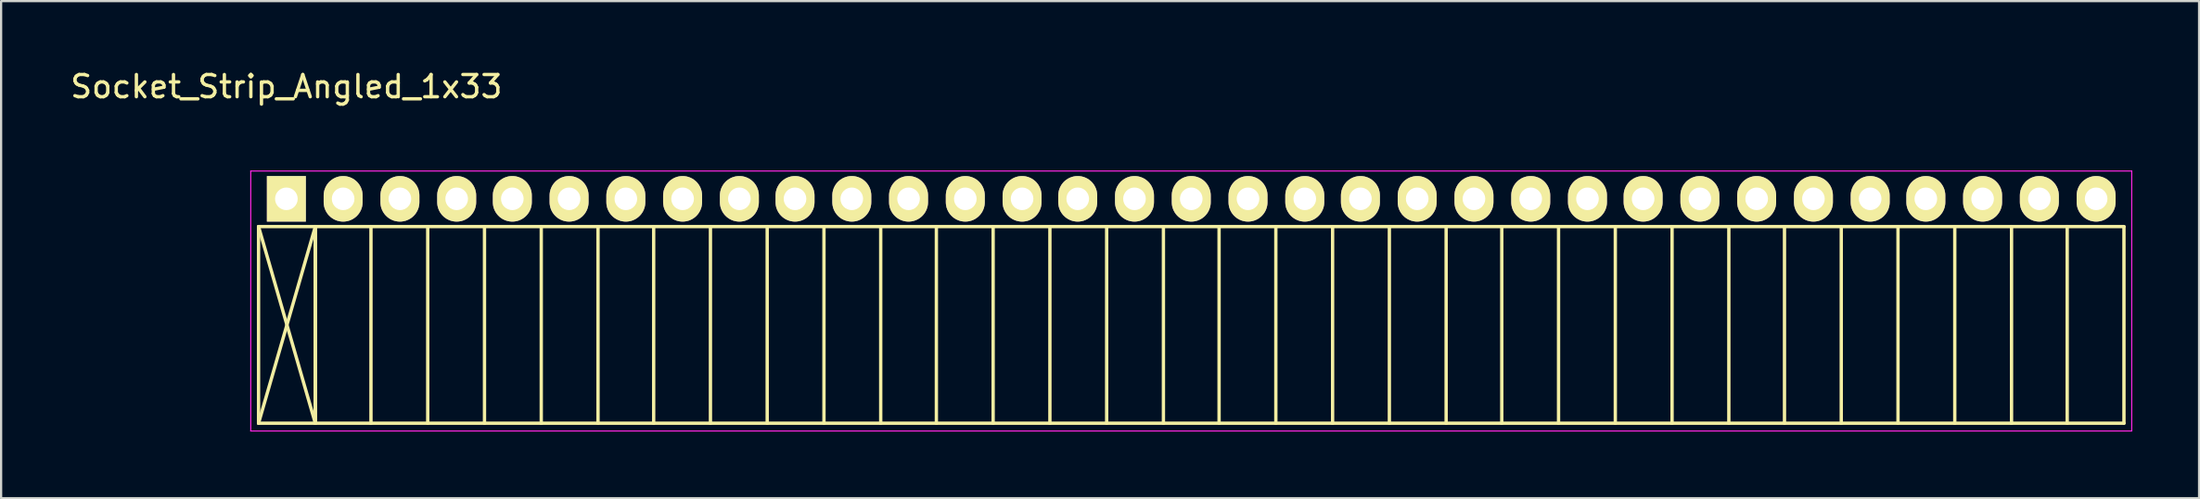
<source format=kicad_pcb>
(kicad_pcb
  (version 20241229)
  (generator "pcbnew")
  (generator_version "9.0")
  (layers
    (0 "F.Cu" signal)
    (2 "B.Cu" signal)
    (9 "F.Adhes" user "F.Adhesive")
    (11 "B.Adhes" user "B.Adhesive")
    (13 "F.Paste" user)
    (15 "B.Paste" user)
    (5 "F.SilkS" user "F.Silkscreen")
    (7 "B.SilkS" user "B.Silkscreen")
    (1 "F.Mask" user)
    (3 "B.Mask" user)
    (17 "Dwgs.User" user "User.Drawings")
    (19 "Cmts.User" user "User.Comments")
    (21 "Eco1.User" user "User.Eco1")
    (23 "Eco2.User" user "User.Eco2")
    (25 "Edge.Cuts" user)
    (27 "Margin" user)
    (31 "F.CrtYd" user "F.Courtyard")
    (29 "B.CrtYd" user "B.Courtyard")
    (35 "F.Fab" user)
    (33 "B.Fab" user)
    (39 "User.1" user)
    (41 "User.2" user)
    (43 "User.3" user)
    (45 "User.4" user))
  (footprint "Socket_Strip_Angled_1x33"
    (layer "F.Cu")
    (at 9.815 5.898)
    (property "Reference" "Socket_Strip_Angled_1x33" (at 0 -5.05 0) (layer "F.SilkS") (effects (font (size 1 1) (thickness 0.15))))
    (attr through_hole)
    (fp_line (start -1.25 1.25) (end -1.25 10.1) (stroke (width 0.15) (type solid)) (layer "F.SilkS"))
    (fp_line (start -1.25 1.25) (end 1.3 1.25) (stroke (width 0.15) (type solid)) (layer "F.SilkS"))
    (fp_line (start -1.25 1.25) (end 1.3 10.1) (stroke (width 0.15) (type solid)) (layer "F.SilkS"))
    (fp_line (start -1.25 10.1) (end 1.3 1.25) (stroke (width 0.15) (type solid)) (layer "F.SilkS"))
    (fp_line (start -1.25 10.1) (end 1.3 10.1) (stroke (width 0.15) (type solid)) (layer "F.SilkS"))
    (fp_line (start 1.3 1.25) (end 1.3 10.1) (stroke (width 0.15) (type solid)) (layer "F.SilkS"))
    (fp_line (start 1.3 1.25) (end 3.8 1.25) (stroke (width 0.15) (type solid)) (layer "F.SilkS"))
    (fp_line (start 1.3 10.1) (end 1.3 1.25) (stroke (width 0.15) (type solid)) (layer "F.SilkS"))
    (fp_line (start 1.3 10.1) (end 3.8 10.1) (stroke (width 0.15) (type solid)) (layer "F.SilkS"))
    (fp_line (start 3.8 1.25) (end 6.35 1.25) (stroke (width 0.15) (type solid)) (layer "F.SilkS"))
    (fp_line (start 3.8 10.1) (end 3.8 1.25) (stroke (width 0.15) (type solid)) (layer "F.SilkS"))
    (fp_line (start 3.8 10.1) (end 6.35 10.1) (stroke (width 0.15) (type solid)) (layer "F.SilkS"))
    (fp_line (start 6.35 1.25) (end 8.9 1.25) (stroke (width 0.15) (type solid)) (layer "F.SilkS"))
    (fp_line (start 6.35 10.1) (end 6.35 1.25) (stroke (width 0.15) (type solid)) (layer "F.SilkS"))
    (fp_line (start 6.35 10.1) (end 8.9 10.1) (stroke (width 0.15) (type solid)) (layer "F.SilkS"))
    (fp_line (start 8.9 1.25) (end 11.45 1.25) (stroke (width 0.15) (type solid)) (layer "F.SilkS"))
    (fp_line (start 8.9 10.1) (end 8.9 1.25) (stroke (width 0.15) (type solid)) (layer "F.SilkS"))
    (fp_line (start 8.9 10.1) (end 11.45 10.1) (stroke (width 0.15) (type solid)) (layer "F.SilkS"))
    (fp_line (start 11.45 1.25) (end 14 1.25) (stroke (width 0.15) (type solid)) (layer "F.SilkS"))
    (fp_line (start 11.45 10.1) (end 11.45 1.25) (stroke (width 0.15) (type solid)) (layer "F.SilkS"))
    (fp_line (start 11.45 10.1) (end 14 10.1) (stroke (width 0.15) (type solid)) (layer "F.SilkS"))
    (fp_line (start 14 1.25) (end 16.5 1.25) (stroke (width 0.15) (type solid)) (layer "F.SilkS"))
    (fp_line (start 14 10.1) (end 14 1.25) (stroke (width 0.15) (type solid)) (layer "F.SilkS"))
    (fp_line (start 14 10.1) (end 16.5 10.1) (stroke (width 0.15) (type solid)) (layer "F.SilkS"))
    (fp_line (start 16.5 1.25) (end 19.05 1.25) (stroke (width 0.15) (type solid)) (layer "F.SilkS"))
    (fp_line (start 16.5 10.1) (end 16.5 1.25) (stroke (width 0.15) (type solid)) (layer "F.SilkS"))
    (fp_line (start 16.5 10.1) (end 19.05 10.1) (stroke (width 0.15) (type solid)) (layer "F.SilkS"))
    (fp_line (start 19.05 1.25) (end 21.6 1.25) (stroke (width 0.15) (type solid)) (layer "F.SilkS"))
    (fp_line (start 19.05 10.1) (end 19.05 1.25) (stroke (width 0.15) (type solid)) (layer "F.SilkS"))
    (fp_line (start 19.05 10.1) (end 21.6 10.1) (stroke (width 0.15) (type solid)) (layer "F.SilkS"))
    (fp_line (start 21.6 1.25) (end 24.15 1.25) (stroke (width 0.15) (type solid)) (layer "F.SilkS"))
    (fp_line (start 21.6 10.1) (end 21.6 1.25) (stroke (width 0.15) (type solid)) (layer "F.SilkS"))
    (fp_line (start 21.6 10.1) (end 24.15 10.1) (stroke (width 0.15) (type solid)) (layer "F.SilkS"))
    (fp_line (start 24.15 1.25) (end 26.7 1.25) (stroke (width 0.15) (type solid)) (layer "F.SilkS"))
    (fp_line (start 24.15 10.1) (end 24.15 1.25) (stroke (width 0.15) (type solid)) (layer "F.SilkS"))
    (fp_line (start 24.15 10.1) (end 26.7 10.1) (stroke (width 0.15) (type solid)) (layer "F.SilkS"))
    (fp_line (start 26.7 1.25) (end 29.2 1.25) (stroke (width 0.15) (type solid)) (layer "F.SilkS"))
    (fp_line (start 26.7 10.1) (end 26.7 1.25) (stroke (width 0.15) (type solid)) (layer "F.SilkS"))
    (fp_line (start 26.7 10.1) (end 29.2 10.1) (stroke (width 0.15) (type solid)) (layer "F.SilkS"))
    (fp_line (start 29.2 1.25) (end 31.75 1.25) (stroke (width 0.15) (type solid)) (layer "F.SilkS"))
    (fp_line (start 29.2 10.1) (end 29.2 1.25) (stroke (width 0.15) (type solid)) (layer "F.SilkS"))
    (fp_line (start 29.2 10.1) (end 31.75 10.1) (stroke (width 0.15) (type solid)) (layer "F.SilkS"))
    (fp_line (start 31.75 1.25) (end 34.3 1.25) (stroke (width 0.15) (type solid)) (layer "F.SilkS"))
    (fp_line (start 31.75 10.1) (end 31.75 1.25) (stroke (width 0.15) (type solid)) (layer "F.SilkS"))
    (fp_line (start 31.75 10.1) (end 34.3 10.1) (stroke (width 0.15) (type solid)) (layer "F.SilkS"))
    (fp_line (start 34.3 1.25) (end 36.85 1.25) (stroke (width 0.15) (type solid)) (layer "F.SilkS"))
    (fp_line (start 34.3 10.1) (end 34.3 1.25) (stroke (width 0.15) (type solid)) (layer "F.SilkS"))
    (fp_line (start 34.3 10.1) (end 36.85 10.1) (stroke (width 0.15) (type solid)) (layer "F.SilkS"))
    (fp_line (start 36.85 1.25) (end 39.4 1.25) (stroke (width 0.15) (type solid)) (layer "F.SilkS"))
    (fp_line (start 36.85 10.1) (end 36.85 1.25) (stroke (width 0.15) (type solid)) (layer "F.SilkS"))
    (fp_line (start 36.85 10.1) (end 39.4 10.1) (stroke (width 0.15) (type solid)) (layer "F.SilkS"))
    (fp_line (start 39.4 1.25) (end 41.9 1.25) (stroke (width 0.15) (type solid)) (layer "F.SilkS"))
    (fp_line (start 39.4 10.1) (end 39.4 1.25) (stroke (width 0.15) (type solid)) (layer "F.SilkS"))
    (fp_line (start 39.4 10.1) (end 41.9 10.1) (stroke (width 0.15) (type solid)) (layer "F.SilkS"))
    (fp_line (start 41.9 1.25) (end 44.45 1.25) (stroke (width 0.15) (type solid)) (layer "F.SilkS"))
    (fp_line (start 41.9 10.1) (end 41.9 1.25) (stroke (width 0.15) (type solid)) (layer "F.SilkS"))
    (fp_line (start 41.9 10.1) (end 44.45 10.1) (stroke (width 0.15) (type solid)) (layer "F.SilkS"))
    (fp_line (start 44.45 1.25) (end 47 1.25) (stroke (width 0.15) (type solid)) (layer "F.SilkS"))
    (fp_line (start 44.45 10.1) (end 44.45 1.25) (stroke (width 0.15) (type solid)) (layer "F.SilkS"))
    (fp_line (start 44.45 10.1) (end 47 10.1) (stroke (width 0.15) (type solid)) (layer "F.SilkS"))
    (fp_line (start 47 1.25) (end 49.55 1.25) (stroke (width 0.15) (type solid)) (layer "F.SilkS"))
    (fp_line (start 47 10.1) (end 47 1.25) (stroke (width 0.15) (type solid)) (layer "F.SilkS"))
    (fp_line (start 47 10.1) (end 49.55 10.1) (stroke (width 0.15) (type solid)) (layer "F.SilkS"))
    (fp_line (start 49.55 1.25) (end 52.1 1.25) (stroke (width 0.15) (type solid)) (layer "F.SilkS"))
    (fp_line (start 49.55 10.1) (end 49.55 1.25) (stroke (width 0.15) (type solid)) (layer "F.SilkS"))
    (fp_line (start 49.55 10.1) (end 52.1 10.1) (stroke (width 0.15) (type solid)) (layer "F.SilkS"))
    (fp_line (start 52.1 1.25) (end 54.6 1.25) (stroke (width 0.15) (type solid)) (layer "F.SilkS"))
    (fp_line (start 52.1 10.1) (end 52.1 1.25) (stroke (width 0.15) (type solid)) (layer "F.SilkS"))
    (fp_line (start 52.1 10.1) (end 54.6 10.1) (stroke (width 0.15) (type solid)) (layer "F.SilkS"))
    (fp_line (start 54.6 1.25) (end 57.15 1.25) (stroke (width 0.15) (type solid)) (layer "F.SilkS"))
    (fp_line (start 54.6 10.1) (end 54.6 1.25) (stroke (width 0.15) (type solid)) (layer "F.SilkS"))
    (fp_line (start 54.6 10.1) (end 57.15 10.1) (stroke (width 0.15) (type solid)) (layer "F.SilkS"))
    (fp_line (start 57.15 1.25) (end 59.7 1.25) (stroke (width 0.15) (type solid)) (layer "F.SilkS"))
    (fp_line (start 57.15 10.1) (end 57.15 1.25) (stroke (width 0.15) (type solid)) (layer "F.SilkS"))
    (fp_line (start 57.15 10.1) (end 59.7 10.1) (stroke (width 0.15) (type solid)) (layer "F.SilkS"))
    (fp_line (start 59.7 1.25) (end 62.25 1.25) (stroke (width 0.15) (type solid)) (layer "F.SilkS"))
    (fp_line (start 59.7 10.1) (end 59.7 1.25) (stroke (width 0.15) (type solid)) (layer "F.SilkS"))
    (fp_line (start 59.7 10.1) (end 62.25 10.1) (stroke (width 0.15) (type solid)) (layer "F.SilkS"))
    (fp_line (start 62.25 1.25) (end 64.8 1.25) (stroke (width 0.15) (type solid)) (layer "F.SilkS"))
    (fp_line (start 62.25 10.1) (end 62.25 1.25) (stroke (width 0.15) (type solid)) (layer "F.SilkS"))
    (fp_line (start 62.25 10.1) (end 64.8 10.1) (stroke (width 0.15) (type solid)) (layer "F.SilkS"))
    (fp_line (start 64.8 1.25) (end 67.3 1.25) (stroke (width 0.15) (type solid)) (layer "F.SilkS"))
    (fp_line (start 64.8 10.1) (end 64.8 1.25) (stroke (width 0.15) (type solid)) (layer "F.SilkS"))
    (fp_line (start 64.8 10.1) (end 67.3 10.1) (stroke (width 0.15) (type solid)) (layer "F.SilkS"))
    (fp_line (start 67.3 1.25) (end 69.85 1.25) (stroke (width 0.15) (type solid)) (layer "F.SilkS"))
    (fp_line (start 67.3 10.1) (end 67.3 1.25) (stroke (width 0.15) (type solid)) (layer "F.SilkS"))
    (fp_line (start 67.3 10.1) (end 69.85 10.1) (stroke (width 0.15) (type solid)) (layer "F.SilkS"))
    (fp_line (start 69.85 1.25) (end 72.4 1.25) (stroke (width 0.15) (type solid)) (layer "F.SilkS"))
    (fp_line (start 69.85 10.1) (end 69.85 1.25) (stroke (width 0.15) (type solid)) (layer "F.SilkS"))
    (fp_line (start 69.85 10.1) (end 72.4 10.1) (stroke (width 0.15) (type solid)) (layer "F.SilkS"))
    (fp_line (start 72.4 1.25) (end 74.95 1.25) (stroke (width 0.15) (type solid)) (layer "F.SilkS"))
    (fp_line (start 72.4 10.1) (end 72.4 1.25) (stroke (width 0.15) (type solid)) (layer "F.SilkS"))
    (fp_line (start 72.4 10.1) (end 74.95 10.1) (stroke (width 0.15) (type solid)) (layer "F.SilkS"))
    (fp_line (start 74.95 1.25) (end 77.5 1.25) (stroke (width 0.15) (type solid)) (layer "F.SilkS"))
    (fp_line (start 74.95 10.1) (end 74.95 1.25) (stroke (width 0.15) (type solid)) (layer "F.SilkS"))
    (fp_line (start 74.95 10.1) (end 77.5 10.1) (stroke (width 0.15) (type solid)) (layer "F.SilkS"))
    (fp_line (start 77.5 1.25) (end 80 1.25) (stroke (width 0.15) (type solid)) (layer "F.SilkS"))
    (fp_line (start 77.5 10.1) (end 77.5 1.25) (stroke (width 0.15) (type solid)) (layer "F.SilkS"))
    (fp_line (start 77.5 10.1) (end 80 10.1) (stroke (width 0.15) (type solid)) (layer "F.SilkS"))
    (fp_line (start 80 1.25) (end 82.55 1.25) (stroke (width 0.15) (type solid)) (layer "F.SilkS"))
    (fp_line (start 80 10.1) (end 80 1.25) (stroke (width 0.15) (type solid)) (layer "F.SilkS"))
    (fp_line (start 80 10.1) (end 82.55 10.1) (stroke (width 0.15) (type solid)) (layer "F.SilkS"))
    (fp_line (start 82.55 10.1) (end 82.55 1.25) (stroke (width 0.15) (type solid)) (layer "F.SilkS"))
    (fp_line (start -1.6 -1.25) (end -1.6 10.45) (stroke (width 0.05) (type solid)) (layer "F.CrtYd"))
    (fp_line (start -1.6 -1.25) (end 82.9 -1.25) (stroke (width 0.05) (type solid)) (layer "F.CrtYd"))
    (fp_line (start -1.6 10.45) (end 82.9 10.45) (stroke (width 0.05) (type solid)) (layer "F.CrtYd"))
    (fp_line (start 82.9 -1.25) (end 82.9 10.45) (stroke (width 0.05) (type solid)) (layer "F.CrtYd"))
    (pad "1" thru_hole rect (at 0 0) (size 1.75 2.05) (drill 1.016) (layers "*.Cu" "*.Mask" "F.SilkS"))
    (pad "2" thru_hole oval (at 2.55 0) (size 1.75 2.05) (drill 1.016) (layers "*.Cu" "*.Mask" "F.SilkS"))
    (pad "3" thru_hole oval (at 5.1 0) (size 1.75 2.05) (drill 1.016) (layers "*.Cu" "*.Mask" "F.SilkS"))
    (pad "4" thru_hole oval (at 7.65 0) (size 1.75 2.05) (drill 1.016) (layers "*.Cu" "*.Mask" "F.SilkS"))
    (pad "5" thru_hole oval (at 10.15 0) (size 1.75 2.05) (drill 1.016) (layers "*.Cu" "*.Mask" "F.SilkS"))
    (pad "6" thru_hole oval (at 12.7 0) (size 1.75 2.05) (drill 1.016) (layers "*.Cu" "*.Mask" "F.SilkS"))
    (pad "7" thru_hole oval (at 15.25 0) (size 1.75 2.05) (drill 1.016) (layers "*.Cu" "*.Mask" "F.SilkS"))
    (pad "8" thru_hole oval (at 17.8 0) (size 1.75 2.05) (drill 1.016) (layers "*.Cu" "*.Mask" "F.SilkS"))
    (pad "9" thru_hole oval (at 20.35 0) (size 1.75 2.05) (drill 1.016) (layers "*.Cu" "*.Mask" "F.SilkS"))
    (pad "10" thru_hole oval (at 22.85 0) (size 1.75 2.05) (drill 1.016) (layers "*.Cu" "*.Mask" "F.SilkS"))
    (pad "11" thru_hole oval (at 25.4 0) (size 1.75 2.05) (drill 1.016) (layers "*.Cu" "*.Mask" "F.SilkS"))
    (pad "12" thru_hole oval (at 27.95 0) (size 1.75 2.05) (drill 1.016) (layers "*.Cu" "*.Mask" "F.SilkS"))
    (pad "13" thru_hole oval (at 30.5 0) (size 1.75 2.05) (drill 1.016) (layers "*.Cu" "*.Mask" "F.SilkS"))
    (pad "14" thru_hole oval (at 33.05 0) (size 1.75 2.05) (drill 1.016) (layers "*.Cu" "*.Mask" "F.SilkS"))
    (pad "15" thru_hole oval (at 35.55 0) (size 1.75 2.05) (drill 1.016) (layers "*.Cu" "*.Mask" "F.SilkS"))
    (pad "16" thru_hole oval (at 38.1 0) (size 1.75 2.05) (drill 1.016) (layers "*.Cu" "*.Mask" "F.SilkS"))
    (pad "17" thru_hole oval (at 40.65 0) (size 1.75 2.05) (drill 1.016) (layers "*.Cu" "*.Mask" "F.SilkS"))
    (pad "18" thru_hole oval (at 43.2 0) (size 1.75 2.05) (drill 1.016) (layers "*.Cu" "*.Mask" "F.SilkS"))
    (pad "19" thru_hole oval (at 45.75 0) (size 1.75 2.05) (drill 1.016) (layers "*.Cu" "*.Mask" "F.SilkS"))
    (pad "20" thru_hole oval (at 48.25 0) (size 1.75 2.05) (drill 1.016) (layers "*.Cu" "*.Mask" "F.SilkS"))
    (pad "21" thru_hole oval (at 50.8 0) (size 1.75 2.05) (drill 1.016) (layers "*.Cu" "*.Mask" "F.SilkS"))
    (pad "22" thru_hole oval (at 53.35 0) (size 1.75 2.05) (drill 1.016) (layers "*.Cu" "*.Mask" "F.SilkS"))
    (pad "23" thru_hole oval (at 55.9 0) (size 1.75 2.05) (drill 1.016) (layers "*.Cu" "*.Mask" "F.SilkS"))
    (pad "24" thru_hole oval (at 58.45 0) (size 1.75 2.05) (drill 1.016) (layers "*.Cu" "*.Mask" "F.SilkS"))
    (pad "25" thru_hole oval (at 60.95 0) (size 1.75 2.05) (drill 1.016) (layers "*.Cu" "*.Mask" "F.SilkS"))
    (pad "26" thru_hole oval (at 63.5 0) (size 1.75 2.05) (drill 1.016) (layers "*.Cu" "*.Mask" "F.SilkS"))
    (pad "27" thru_hole oval (at 66.05 0) (size 1.75 2.05) (drill 1.016) (layers "*.Cu" "*.Mask" "F.SilkS"))
    (pad "28" thru_hole oval (at 68.6 0) (size 1.75 2.05) (drill 1.016) (layers "*.Cu" "*.Mask" "F.SilkS"))
    (pad "29" thru_hole oval (at 71.15 0) (size 1.75 2.05) (drill 1.016) (layers "*.Cu" "*.Mask" "F.SilkS"))
    (pad "30" thru_hole oval (at 73.65 0) (size 1.75 2.05) (drill 1.016) (layers "*.Cu" "*.Mask" "F.SilkS"))
    (pad "31" thru_hole oval (at 76.2 0) (size 1.75 2.05) (drill 1.016) (layers "*.Cu" "*.Mask" "F.SilkS"))
    (pad "32" thru_hole oval (at 78.75 0) (size 1.75 2.05) (drill 1.016) (layers "*.Cu" "*.Mask" "F.SilkS"))
    (pad "33" thru_hole oval (at 81.3 0) (size 1.75 2.05) (drill 1.016) (layers "*.Cu" "*.Mask" "F.SilkS")))
  (gr_rect
    (start -3 -3)
    (end 95.74 19.373)
    (stroke (width 0.1) (type default))
    (fill no)
    (layer "Edge.Cuts")))
</source>
